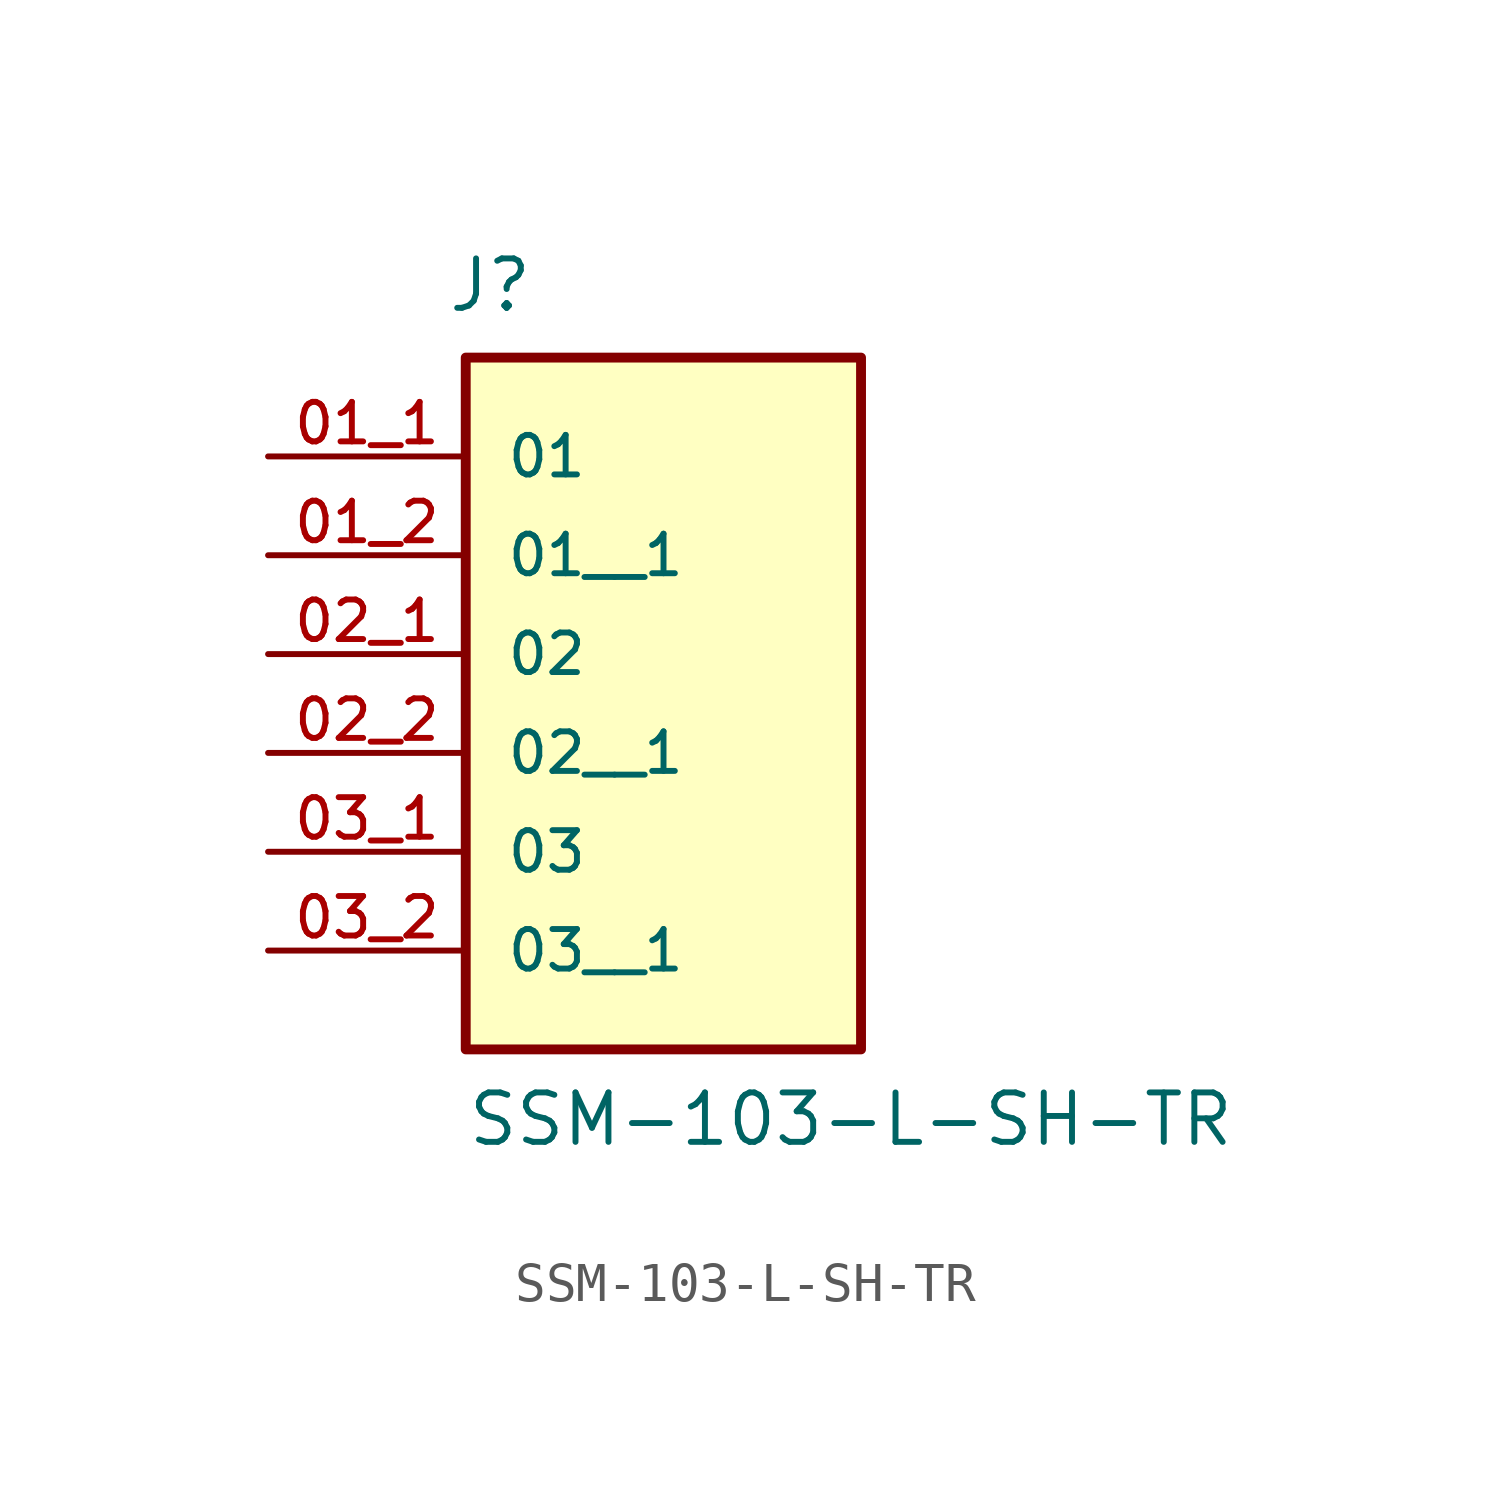
<source format=kicad_sym>
(kicad_symbol_lib
  (version 20211014)
  (generator kicad_symbol_editor)
  (symbol "SSM-103-L-SH-TR"
    (pin_names
      (offset 1.016))
    (property "Reference" "J"
      (at -5.58 6.196 0)
      (effects (font (size 1.27 1.27)) (justify bottom left)))
    (property "Value" "SSM-103-L-SH-TR"
      (at -5.08 -15.24 0)
      (effects (font (size 1.27 1.27)) (justify bottom left)))
    (symbol "SSM-103-L-SH-TR_0_0"
      (rectangle (start -5.08 -12.7) (end 5.08 5.08) (stroke (width 0.254)) (fill (type background)))
      (pin passive line (at -10.16 2.54 0) (length 5.08) (name "01" (effects (font (size 1.016 1.016)))) (number "01_1" (effects (font (size 1.016 1.016)))))
      (pin passive line (at -10.16 -2.54 0) (length 5.08) (name "02" (effects (font (size 1.016 1.016)))) (number "02_1" (effects (font (size 1.016 1.016)))))
      (pin passive line (at -10.16 -7.62 0) (length 5.08) (name "03" (effects (font (size 1.016 1.016)))) (number "03_1" (effects (font (size 1.016 1.016)))))
      (pin passive line (at -10.16 0.0 0) (length 5.08) (name "01__1" (effects (font (size 1.016 1.016)))) (number "01_2" (effects (font (size 1.016 1.016)))))
      (pin passive line (at -10.16 -5.08 0) (length 5.08) (name "02__1" (effects (font (size 1.016 1.016)))) (number "02_2" (effects (font (size 1.016 1.016)))))
      (pin passive line (at -10.16 -10.16 0) (length 5.08) (name "03__1" (effects (font (size 1.016 1.016)))) (number "03_2" (effects (font (size 1.016 1.016))))))))
</source>
